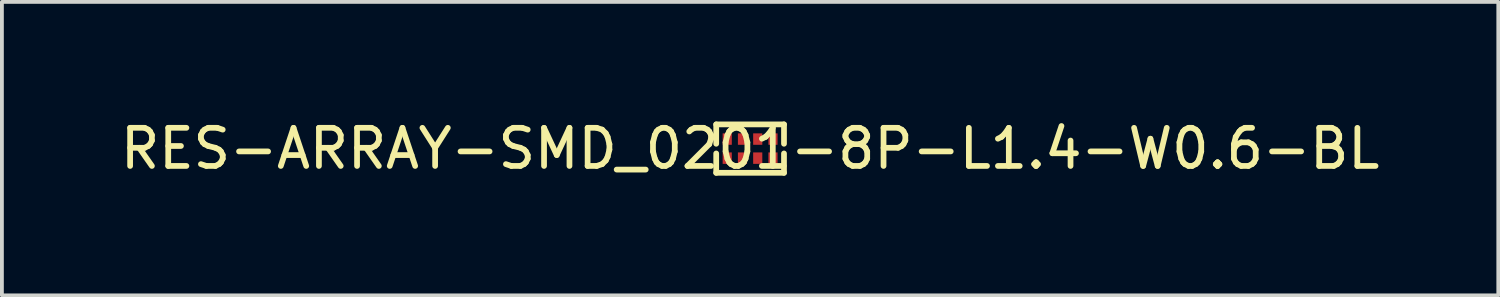
<source format=kicad_pcb>
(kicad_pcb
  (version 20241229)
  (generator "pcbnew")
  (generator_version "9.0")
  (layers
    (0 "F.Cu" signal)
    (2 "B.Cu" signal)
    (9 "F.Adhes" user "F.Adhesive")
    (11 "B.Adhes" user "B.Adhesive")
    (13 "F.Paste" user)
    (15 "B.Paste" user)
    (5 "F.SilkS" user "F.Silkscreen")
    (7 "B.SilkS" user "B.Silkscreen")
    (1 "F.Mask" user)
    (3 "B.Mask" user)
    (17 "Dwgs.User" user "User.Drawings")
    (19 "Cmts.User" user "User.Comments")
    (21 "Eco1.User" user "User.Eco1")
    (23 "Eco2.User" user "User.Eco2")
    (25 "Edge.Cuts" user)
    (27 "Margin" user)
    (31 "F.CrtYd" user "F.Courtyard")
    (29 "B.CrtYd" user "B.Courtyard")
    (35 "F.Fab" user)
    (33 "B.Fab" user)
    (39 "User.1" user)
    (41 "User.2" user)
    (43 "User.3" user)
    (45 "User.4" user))
  (footprint "RES-ARRAY-SMD_0201-8P-L1.4-W0.6-BL"
    (layer "F.Cu")
    (at 16.625 0.848)
    (property "Reference" "RES-ARRAY-SMD_0201-8P-L1.4-W0.6-BL" (at 0 0 0) (layer "F.SilkS") (effects (font (size 1 1) (thickness 0.15))))
    (fp_line (start -0.889 -0.635) (end 0.889 -0.635) (stroke (width 0.15) (type default)) (layer "F.SilkS"))
    (fp_line (start -0.889 -0.127) (end -0.889 -0.635) (stroke (width 0.15) (type default)) (layer "F.SilkS"))
    (fp_line (start -0.889 0.127) (end -0.889 0.635) (stroke (width 0.15) (type default)) (layer "F.SilkS"))
    (fp_line (start -0.889 0.635) (end 0.889 0.635) (stroke (width 0.15) (type default)) (layer "F.SilkS"))
    (fp_line (start 0.889 -0.635) (end 0.889 -0.127) (stroke (width 0.15) (type default)) (layer "F.SilkS"))
    (fp_line (start 0.889 0.635) (end 0.889 0.127) (stroke (width 0.15) (type default)) (layer "F.SilkS"))
    (fp_poly (pts (xy -0.7 -0.2) (xy -0.7 -0.3) (xy -0.5 -0.3) (xy -0.5 -0.2)) (stroke (width 0.1) (type default)) (fill no) (layer "User.1"))
    (fp_poly (pts (xy -0.7 0.3) (xy -0.7 0.2) (xy -0.5 0.2) (xy -0.5 0.3)) (stroke (width 0.1) (type default)) (fill no) (layer "User.1"))
    (fp_poly (pts (xy -0.3 -0.2) (xy -0.3 -0.3) (xy -0.1 -0.3) (xy -0.1 -0.2)) (stroke (width 0.1) (type default)) (fill no) (layer "User.1"))
    (fp_poly (pts (xy -0.3 0.3) (xy -0.3 0.2) (xy -0.1 0.2) (xy -0.1 0.3)) (stroke (width 0.1) (type default)) (fill no) (layer "User.1"))
    (fp_poly (pts (xy 0.1 -0.2) (xy 0.1 -0.3) (xy 0.3 -0.3) (xy 0.3 -0.2)) (stroke (width 0.1) (type default)) (fill no) (layer "User.1"))
    (fp_poly (pts (xy 0.3 0.2) (xy 0.3 0.3) (xy 0.1 0.3) (xy 0.1 0.2)) (stroke (width 0.1) (type default)) (fill no) (layer "User.1"))
    (fp_poly (pts (xy 0.5 -0.2) (xy 0.5 -0.3) (xy 0.7 -0.3) (xy 0.7 -0.2)) (stroke (width 0.1) (type default)) (fill no) (layer "User.1"))
    (fp_poly (pts (xy 0.5 0.3) (xy 0.5 0.2) (xy 0.7 0.2) (xy 0.7 0.3)) (stroke (width 0.1) (type default)) (fill no) (layer "User.1"))
    (fp_line (start -0.7 -0.3) (end 0.7 -0.3) (stroke (width 0.051) (type default)) (layer "User.2"))
    (fp_line (start -0.7 0.3) (end -0.7 -0.3) (stroke (width 0.051) (type default)) (layer "User.2"))
    (fp_line (start 0.7 -0.3) (end 0.7 0.3) (stroke (width 0.051) (type default)) (layer "User.2"))
    (fp_line (start 0.7 0.3) (end -0.7 0.3) (stroke (width 0.051) (type default)) (layer "User.2"))
    (fp_poly (pts (xy -0.645 0.277) (xy -0.677 0.245) (xy -0.723 0.245) (xy -0.755 0.277) (xy -0.755 0.323) (xy -0.723 0.355) (xy -0.677 0.355) (xy -0.645 0.323)) (stroke (width 0.1) (type default)) (fill no) (layer "User.3"))
    (pad "1" smd rect (at -0.6 0.25) (size 0.24 0.3) (layers "F.Cu" "F.Mask" "F.Paste"))
    (pad "2" smd rect (at -0.2 0.25) (size 0.24 0.3) (layers "F.Cu" "F.Mask" "F.Paste"))
    (pad "3" smd rect (at 0.2 0.25) (size 0.24 0.3) (layers "F.Cu" "F.Mask" "F.Paste"))
    (pad "4" smd rect (at 0.6 0.25) (size 0.24 0.3) (layers "F.Cu" "F.Mask" "F.Paste"))
    (pad "5" smd rect (at 0.6 -0.25) (size 0.24 0.3) (layers "F.Cu" "F.Mask" "F.Paste"))
    (pad "6" smd rect (at 0.2 -0.25) (size 0.24 0.3) (layers "F.Cu" "F.Mask" "F.Paste"))
    (pad "7" smd rect (at -0.2 -0.25) (size 0.24 0.3) (layers "F.Cu" "F.Mask" "F.Paste"))
    (pad "8" smd rect (at -0.6 -0.25) (size 0.24 0.3) (layers "F.Cu" "F.Mask" "F.Paste")))
  (gr_rect
    (start -3 -3)
    (end 36.25 4.697)
    (stroke (width 0.1) (type default))
    (fill no)
    (layer "Edge.Cuts")))
</source>
